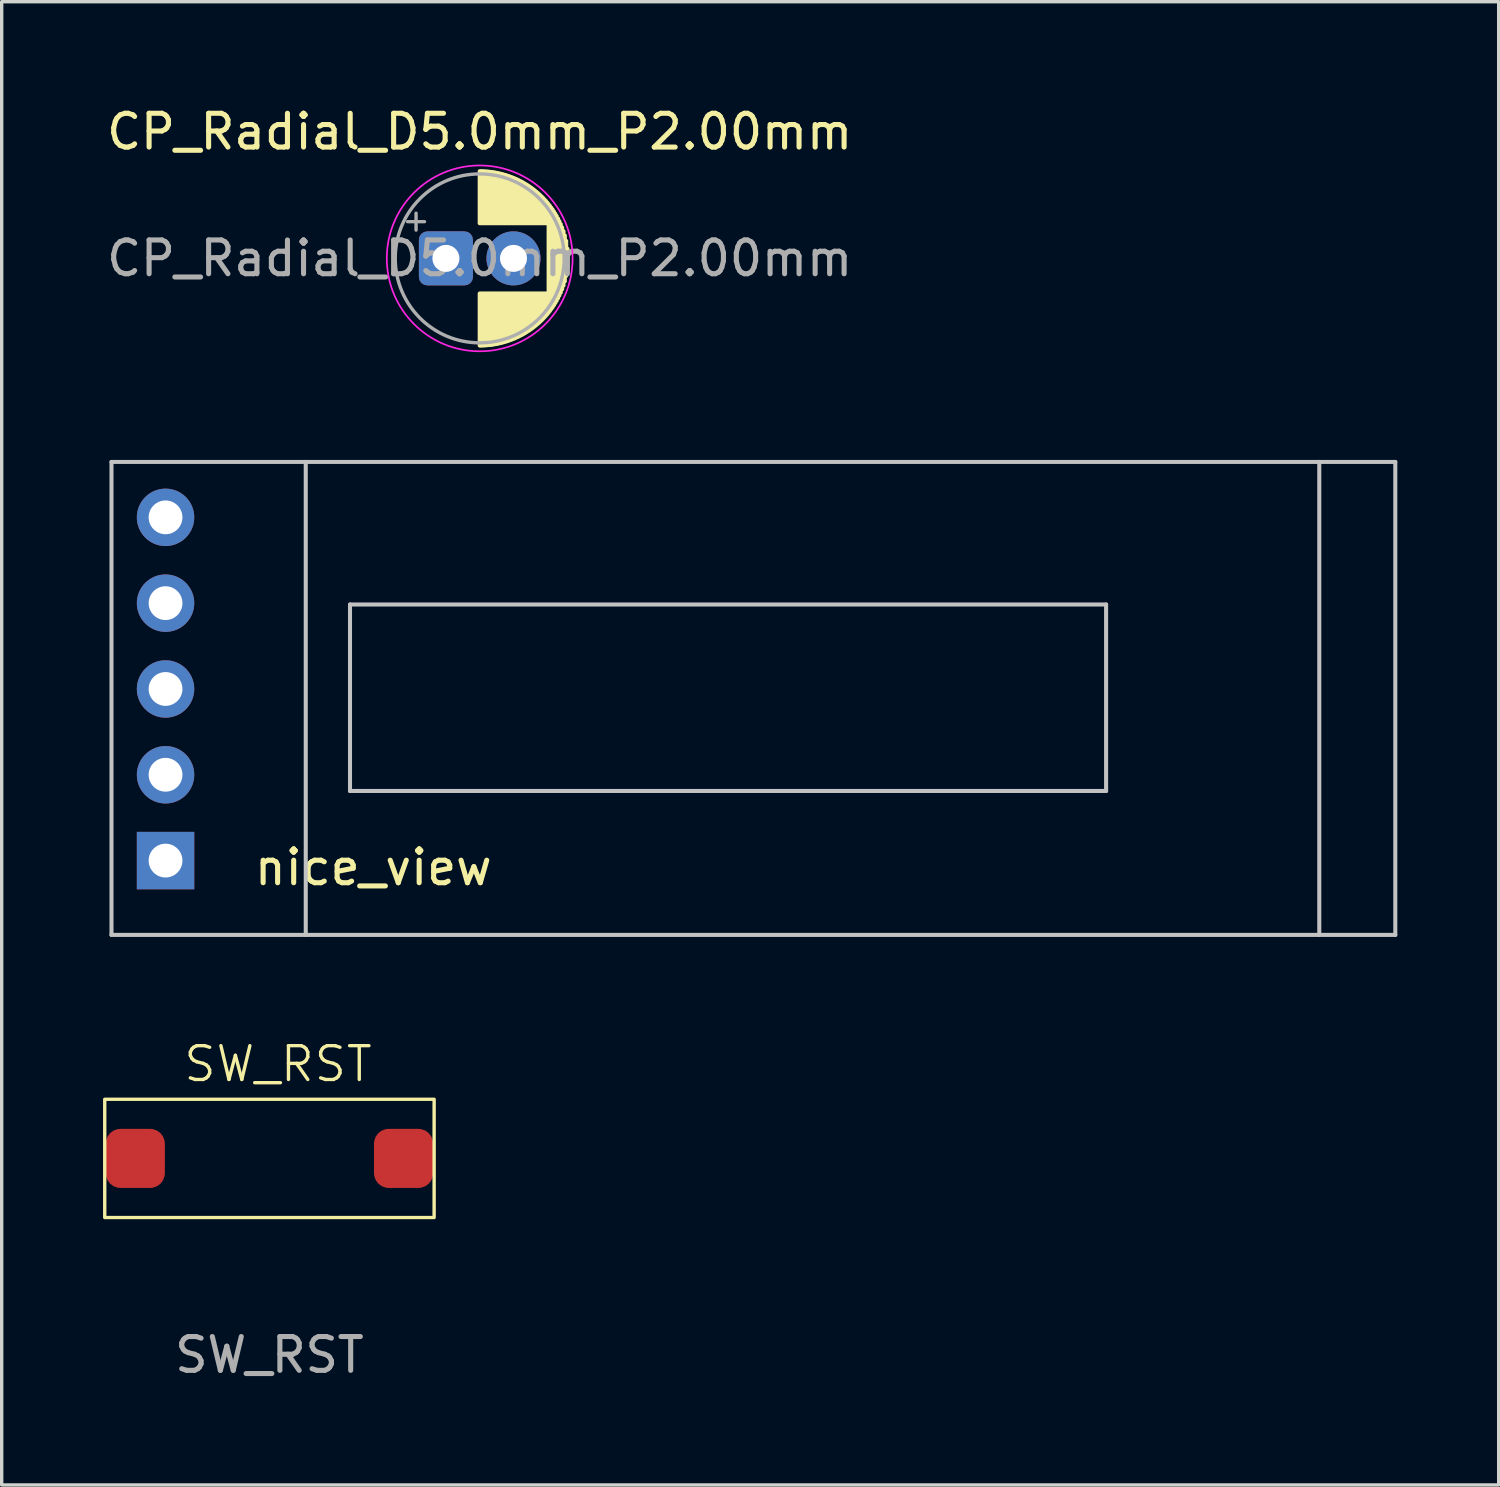
<source format=kicad_pcb>
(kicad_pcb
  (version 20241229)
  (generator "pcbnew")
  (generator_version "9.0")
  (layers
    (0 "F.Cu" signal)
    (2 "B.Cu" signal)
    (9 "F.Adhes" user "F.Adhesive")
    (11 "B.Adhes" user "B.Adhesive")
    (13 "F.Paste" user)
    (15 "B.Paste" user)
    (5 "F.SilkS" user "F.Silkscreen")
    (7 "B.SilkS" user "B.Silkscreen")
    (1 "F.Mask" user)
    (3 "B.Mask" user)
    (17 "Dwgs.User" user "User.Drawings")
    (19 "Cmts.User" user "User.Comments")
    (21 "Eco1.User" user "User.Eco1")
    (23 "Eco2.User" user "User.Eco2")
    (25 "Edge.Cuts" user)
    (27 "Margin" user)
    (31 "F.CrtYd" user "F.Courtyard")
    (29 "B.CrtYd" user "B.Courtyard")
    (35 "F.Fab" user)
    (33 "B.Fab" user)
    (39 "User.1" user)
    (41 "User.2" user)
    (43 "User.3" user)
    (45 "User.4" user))
  (footprint "SW_RST"
    (layer "F.Cu")
    (at 4.925 31.238)
    (property "Reference" "SW_RST" (at 0.254 -2.794 0) (unlocked yes) (layer "F.SilkS") (effects (font (size 1 1) (thickness 0.1))))
    (attr smd)
    (fp_rect (start -4.875 -1.75) (end 4.875 1.75) (stroke (width 0.1) (type default)) (fill no) (layer "F.SilkS"))
    (fp_text user "${REFERENCE}" (at 0 5.818 0) (unlocked yes) (layer "F.Fab") (effects (font (size 1 1) (thickness 0.15))))
    (pad "1" smd roundrect (at -3.97 0) (size 1.75 1.75) (layers "F.Cu" "F.Mask" "F.Paste") (roundrect_rratio 0.25))
    (pad "2" smd roundrect (at 3.97 0) (size 1.75 1.75) (layers "F.Cu" "F.Mask" "F.Paste") (roundrect_rratio 0.25)))
  (footprint "CP_Radial_D5.0mm_P2.00mm"
    (layer "F.Cu")
    (at 10.149 4.598)
    (property "Reference" "CP_Radial_D5.0mm_P2.00mm" (at 1 -3.75 0) (layer "F.SilkS") (effects (font (size 1 1) (thickness 0.15))))
    (attr through_hole)
    (fp_line (start 1 -2.58) (end 1 -1.04) (stroke (width 0.12) (type solid)) (layer "F.SilkS"))
    (fp_line (start 1 1.04) (end 1 2.58) (stroke (width 0.12) (type solid)) (layer "F.SilkS"))
    (fp_line (start 1.04 -2.58) (end 1.04 -1.04) (stroke (width 0.12) (type solid)) (layer "F.SilkS"))
    (fp_line (start 1.04 1.04) (end 1.04 2.58) (stroke (width 0.12) (type solid)) (layer "F.SilkS"))
    (fp_line (start 1.08 -2.579) (end 1.08 -1.04) (stroke (width 0.12) (type solid)) (layer "F.SilkS"))
    (fp_line (start 1.08 1.04) (end 1.08 2.579) (stroke (width 0.12) (type solid)) (layer "F.SilkS"))
    (fp_line (start 1.12 -2.577) (end 1.12 -1.04) (stroke (width 0.12) (type solid)) (layer "F.SilkS"))
    (fp_line (start 1.12 1.04) (end 1.12 2.577) (stroke (width 0.12) (type solid)) (layer "F.SilkS"))
    (fp_line (start 1.16 -2.575) (end 1.16 -1.04) (stroke (width 0.12) (type solid)) (layer "F.SilkS"))
    (fp_line (start 1.16 1.04) (end 1.16 2.575) (stroke (width 0.12) (type solid)) (layer "F.SilkS"))
    (fp_line (start 1.2 -2.572) (end 1.2 -1.04) (stroke (width 0.12) (type solid)) (layer "F.SilkS"))
    (fp_line (start 1.2 1.04) (end 1.2 2.572) (stroke (width 0.12) (type solid)) (layer "F.SilkS"))
    (fp_line (start 1.24 -2.569) (end 1.24 -1.04) (stroke (width 0.12) (type solid)) (layer "F.SilkS"))
    (fp_line (start 1.24 1.04) (end 1.24 2.569) (stroke (width 0.12) (type solid)) (layer "F.SilkS"))
    (fp_line (start 1.28 -2.565) (end 1.28 -1.04) (stroke (width 0.12) (type solid)) (layer "F.SilkS"))
    (fp_line (start 1.28 1.04) (end 1.28 2.565) (stroke (width 0.12) (type solid)) (layer "F.SilkS"))
    (fp_line (start 1.32 -2.56) (end 1.32 -1.04) (stroke (width 0.12) (type solid)) (layer "F.SilkS"))
    (fp_line (start 1.32 1.04) (end 1.32 2.56) (stroke (width 0.12) (type solid)) (layer "F.SilkS"))
    (fp_line (start 1.36 -2.555) (end 1.36 -1.04) (stroke (width 0.12) (type solid)) (layer "F.SilkS"))
    (fp_line (start 1.36 1.04) (end 1.36 2.555) (stroke (width 0.12) (type solid)) (layer "F.SilkS"))
    (fp_line (start 1.4 -2.549) (end 1.4 -1.04) (stroke (width 0.12) (type solid)) (layer "F.SilkS"))
    (fp_line (start 1.4 1.04) (end 1.4 2.549) (stroke (width 0.12) (type solid)) (layer "F.SilkS"))
    (fp_line (start 1.44 -2.543) (end 1.44 -1.04) (stroke (width 0.12) (type solid)) (layer "F.SilkS"))
    (fp_line (start 1.44 1.04) (end 1.44 2.543) (stroke (width 0.12) (type solid)) (layer "F.SilkS"))
    (fp_line (start 1.48 -2.536) (end 1.48 -1.04) (stroke (width 0.12) (type solid)) (layer "F.SilkS"))
    (fp_line (start 1.48 1.04) (end 1.48 2.536) (stroke (width 0.12) (type solid)) (layer "F.SilkS"))
    (fp_line (start 1.52 -2.528) (end 1.52 -1.04) (stroke (width 0.12) (type solid)) (layer "F.SilkS"))
    (fp_line (start 1.52 1.04) (end 1.52 2.528) (stroke (width 0.12) (type solid)) (layer "F.SilkS"))
    (fp_line (start 1.56 -2.519) (end 1.56 -1.04) (stroke (width 0.12) (type solid)) (layer "F.SilkS"))
    (fp_line (start 1.56 1.04) (end 1.56 2.519) (stroke (width 0.12) (type solid)) (layer "F.SilkS"))
    (fp_line (start 1.6 -2.51) (end 1.6 -1.04) (stroke (width 0.12) (type solid)) (layer "F.SilkS"))
    (fp_line (start 1.6 1.04) (end 1.6 2.51) (stroke (width 0.12) (type solid)) (layer "F.SilkS"))
    (fp_line (start 1.64 -2.501) (end 1.64 -1.04) (stroke (width 0.12) (type solid)) (layer "F.SilkS"))
    (fp_line (start 1.64 1.04) (end 1.64 2.501) (stroke (width 0.12) (type solid)) (layer "F.SilkS"))
    (fp_line (start 1.68 -2.49) (end 1.68 -1.04) (stroke (width 0.12) (type solid)) (layer "F.SilkS"))
    (fp_line (start 1.68 1.04) (end 1.68 2.49) (stroke (width 0.12) (type solid)) (layer "F.SilkS"))
    (fp_line (start 1.72 -2.479) (end 1.72 -1.04) (stroke (width 0.12) (type solid)) (layer "F.SilkS"))
    (fp_line (start 1.72 1.04) (end 1.72 2.479) (stroke (width 0.12) (type solid)) (layer "F.SilkS"))
    (fp_line (start 1.76 -2.467) (end 1.76 -1.04) (stroke (width 0.12) (type solid)) (layer "F.SilkS"))
    (fp_line (start 1.76 1.04) (end 1.76 2.467) (stroke (width 0.12) (type solid)) (layer "F.SilkS"))
    (fp_line (start 1.8 -2.455) (end 1.8 -1.04) (stroke (width 0.12) (type solid)) (layer "F.SilkS"))
    (fp_line (start 1.8 1.04) (end 1.8 2.455) (stroke (width 0.12) (type solid)) (layer "F.SilkS"))
    (fp_line (start 1.84 -2.442) (end 1.84 -1.04) (stroke (width 0.12) (type solid)) (layer "F.SilkS"))
    (fp_line (start 1.84 1.04) (end 1.84 2.442) (stroke (width 0.12) (type solid)) (layer "F.SilkS"))
    (fp_line (start 1.88 -2.428) (end 1.88 -1.04) (stroke (width 0.12) (type solid)) (layer "F.SilkS"))
    (fp_line (start 1.88 1.04) (end 1.88 2.428) (stroke (width 0.12) (type solid)) (layer "F.SilkS"))
    (fp_line (start 1.92 -2.413) (end 1.92 -1.04) (stroke (width 0.12) (type solid)) (layer "F.SilkS"))
    (fp_line (start 1.92 1.04) (end 1.92 2.413) (stroke (width 0.12) (type solid)) (layer "F.SilkS"))
    (fp_line (start 1.96 -2.398) (end 1.96 -1.04) (stroke (width 0.12) (type solid)) (layer "F.SilkS"))
    (fp_line (start 1.96 1.04) (end 1.96 2.398) (stroke (width 0.12) (type solid)) (layer "F.SilkS"))
    (fp_line (start 2 -2.382) (end 2 -1.04) (stroke (width 0.12) (type solid)) (layer "F.SilkS"))
    (fp_line (start 2 1.04) (end 2 2.382) (stroke (width 0.12) (type solid)) (layer "F.SilkS"))
    (fp_line (start 2.04 -2.365) (end 2.04 -1.04) (stroke (width 0.12) (type solid)) (layer "F.SilkS"))
    (fp_line (start 2.04 1.04) (end 2.04 2.365) (stroke (width 0.12) (type solid)) (layer "F.SilkS"))
    (fp_line (start 2.08 -2.347) (end 2.08 -1.04) (stroke (width 0.12) (type solid)) (layer "F.SilkS"))
    (fp_line (start 2.08 1.04) (end 2.08 2.347) (stroke (width 0.12) (type solid)) (layer "F.SilkS"))
    (fp_line (start 2.12 -2.329) (end 2.12 -1.04) (stroke (width 0.12) (type solid)) (layer "F.SilkS"))
    (fp_line (start 2.12 1.04) (end 2.12 2.329) (stroke (width 0.12) (type solid)) (layer "F.SilkS"))
    (fp_line (start 2.16 -2.309) (end 2.16 -1.04) (stroke (width 0.12) (type solid)) (layer "F.SilkS"))
    (fp_line (start 2.16 1.04) (end 2.16 2.309) (stroke (width 0.12) (type solid)) (layer "F.SilkS"))
    (fp_line (start 2.2 -2.289) (end 2.2 -1.04) (stroke (width 0.12) (type solid)) (layer "F.SilkS"))
    (fp_line (start 2.2 1.04) (end 2.2 2.289) (stroke (width 0.12) (type solid)) (layer "F.SilkS"))
    (fp_line (start 2.24 -2.268) (end 2.24 -1.04) (stroke (width 0.12) (type solid)) (layer "F.SilkS"))
    (fp_line (start 2.24 1.04) (end 2.24 2.268) (stroke (width 0.12) (type solid)) (layer "F.SilkS"))
    (fp_line (start 2.28 -2.246) (end 2.28 -1.04) (stroke (width 0.12) (type solid)) (layer "F.SilkS"))
    (fp_line (start 2.28 1.04) (end 2.28 2.246) (stroke (width 0.12) (type solid)) (layer "F.SilkS"))
    (fp_line (start 2.32 -2.223) (end 2.32 -1.04) (stroke (width 0.12) (type solid)) (layer "F.SilkS"))
    (fp_line (start 2.32 1.04) (end 2.32 2.223) (stroke (width 0.12) (type solid)) (layer "F.SilkS"))
    (fp_line (start 2.36 -2.199) (end 2.36 -1.04) (stroke (width 0.12) (type solid)) (layer "F.SilkS"))
    (fp_line (start 2.36 1.04) (end 2.36 2.199) (stroke (width 0.12) (type solid)) (layer "F.SilkS"))
    (fp_line (start 2.4 -2.175) (end 2.4 -1.04) (stroke (width 0.12) (type solid)) (layer "F.SilkS"))
    (fp_line (start 2.4 1.04) (end 2.4 2.175) (stroke (width 0.12) (type solid)) (layer "F.SilkS"))
    (fp_line (start 2.44 -2.149) (end 2.44 -1.04) (stroke (width 0.12) (type solid)) (layer "F.SilkS"))
    (fp_line (start 2.44 1.04) (end 2.44 2.149) (stroke (width 0.12) (type solid)) (layer "F.SilkS"))
    (fp_line (start 2.48 -2.122) (end 2.48 -1.04) (stroke (width 0.12) (type solid)) (layer "F.SilkS"))
    (fp_line (start 2.48 1.04) (end 2.48 2.122) (stroke (width 0.12) (type solid)) (layer "F.SilkS"))
    (fp_line (start 2.52 -2.094) (end 2.52 -1.04) (stroke (width 0.12) (type solid)) (layer "F.SilkS"))
    (fp_line (start 2.52 1.04) (end 2.52 2.094) (stroke (width 0.12) (type solid)) (layer "F.SilkS"))
    (fp_line (start 2.56 -2.065) (end 2.56 -1.04) (stroke (width 0.12) (type solid)) (layer "F.SilkS"))
    (fp_line (start 2.56 1.04) (end 2.56 2.065) (stroke (width 0.12) (type solid)) (layer "F.SilkS"))
    (fp_line (start 2.6 -2.035) (end 2.6 -1.04) (stroke (width 0.12) (type solid)) (layer "F.SilkS"))
    (fp_line (start 2.6 1.04) (end 2.6 2.035) (stroke (width 0.12) (type solid)) (layer "F.SilkS"))
    (fp_line (start 2.64 -2.003) (end 2.64 -1.04) (stroke (width 0.12) (type solid)) (layer "F.SilkS"))
    (fp_line (start 2.64 1.04) (end 2.64 2.003) (stroke (width 0.12) (type solid)) (layer "F.SilkS"))
    (fp_line (start 2.68 -1.97) (end 2.68 -1.04) (stroke (width 0.12) (type solid)) (layer "F.SilkS"))
    (fp_line (start 2.68 1.04) (end 2.68 1.97) (stroke (width 0.12) (type solid)) (layer "F.SilkS"))
    (fp_line (start 2.72 -1.936) (end 2.72 -1.04) (stroke (width 0.12) (type solid)) (layer "F.SilkS"))
    (fp_line (start 2.72 1.04) (end 2.72 1.936) (stroke (width 0.12) (type solid)) (layer "F.SilkS"))
    (fp_line (start 2.76 -1.901) (end 2.76 -1.04) (stroke (width 0.12) (type solid)) (layer "F.SilkS"))
    (fp_line (start 2.76 1.04) (end 2.76 1.901) (stroke (width 0.12) (type solid)) (layer "F.SilkS"))
    (fp_line (start 2.8 -1.864) (end 2.8 -1.04) (stroke (width 0.12) (type solid)) (layer "F.SilkS"))
    (fp_line (start 2.8 1.04) (end 2.8 1.864) (stroke (width 0.12) (type solid)) (layer "F.SilkS"))
    (fp_line (start 2.84 -1.825) (end 2.84 -1.04) (stroke (width 0.12) (type solid)) (layer "F.SilkS"))
    (fp_line (start 2.84 1.04) (end 2.84 1.825) (stroke (width 0.12) (type solid)) (layer "F.SilkS"))
    (fp_line (start 2.88 -1.785) (end 2.88 -1.04) (stroke (width 0.12) (type solid)) (layer "F.SilkS"))
    (fp_line (start 2.88 1.04) (end 2.88 1.785) (stroke (width 0.12) (type solid)) (layer "F.SilkS"))
    (fp_line (start 2.92 -1.743) (end 2.92 -1.04) (stroke (width 0.12) (type solid)) (layer "F.SilkS"))
    (fp_line (start 2.92 1.04) (end 2.92 1.743) (stroke (width 0.12) (type solid)) (layer "F.SilkS"))
    (fp_line (start 2.96 -1.699) (end 2.96 -1.04) (stroke (width 0.12) (type solid)) (layer "F.SilkS"))
    (fp_line (start 2.96 1.04) (end 2.96 1.699) (stroke (width 0.12) (type solid)) (layer "F.SilkS"))
    (fp_line (start 3 -1.652) (end 3 -1.04) (stroke (width 0.12) (type solid)) (layer "F.SilkS"))
    (fp_line (start 3 1.04) (end 3 1.652) (stroke (width 0.12) (type solid)) (layer "F.SilkS"))
    (fp_line (start 3.04 -1.604) (end 3.04 1.604) (stroke (width 0.12) (type solid)) (layer "F.SilkS"))
    (fp_line (start 3.08 -1.553) (end 3.08 1.553) (stroke (width 0.12) (type solid)) (layer "F.SilkS"))
    (fp_line (start 3.12 -1.499) (end 3.12 1.499) (stroke (width 0.12) (type solid)) (layer "F.SilkS"))
    (fp_line (start 3.16 -1.443) (end 3.16 1.443) (stroke (width 0.12) (type solid)) (layer "F.SilkS"))
    (fp_line (start 3.2 -1.383) (end 3.2 1.383) (stroke (width 0.12) (type solid)) (layer "F.SilkS"))
    (fp_line (start 3.24 -1.319) (end 3.24 1.319) (stroke (width 0.12) (type solid)) (layer "F.SilkS"))
    (fp_line (start 3.28 -1.251) (end 3.28 1.251) (stroke (width 0.12) (type solid)) (layer "F.SilkS"))
    (fp_line (start 3.32 -1.177) (end 3.32 1.177) (stroke (width 0.12) (type solid)) (layer "F.SilkS"))
    (fp_line (start 3.36 -1.098) (end 3.36 1.098) (stroke (width 0.12) (type solid)) (layer "F.SilkS"))
    (fp_line (start 3.4 -1.011) (end 3.4 1.011) (stroke (width 0.12) (type solid)) (layer "F.SilkS"))
    (fp_line (start 3.44 -0.914) (end 3.44 0.914) (stroke (width 0.12) (type solid)) (layer "F.SilkS"))
    (fp_line (start 3.48 -0.805) (end 3.48 0.805) (stroke (width 0.12) (type solid)) (layer "F.SilkS"))
    (fp_line (start 3.52 -0.677) (end 3.52 0.677) (stroke (width 0.12) (type solid)) (layer "F.SilkS"))
    (fp_line (start 3.56 -0.517) (end 3.56 0.517) (stroke (width 0.12) (type solid)) (layer "F.SilkS"))
    (fp_line (start 3.6 -0.283) (end 3.6 0.283) (stroke (width 0.12) (type solid)) (layer "F.SilkS"))
    (fp_circle (center 1 0) (end 3.75 0) (stroke (width 0.05) (type solid)) (fill no) (layer "F.CrtYd"))
    (fp_line (start -1.134 -1.087) (end -0.634 -1.087) (stroke (width 0.1) (type solid)) (layer "F.Fab"))
    (fp_line (start -0.884 -1.337) (end -0.884 -0.838) (stroke (width 0.1) (type solid)) (layer "F.Fab"))
    (fp_circle (center 1 0) (end 3.5 0) (stroke (width 0.1) (type solid)) (fill no) (layer "F.Fab"))
    (fp_text user "${REFERENCE}" (at 1 0 0) (layer "F.Fab") (effects (font (size 1 1) (thickness 0.15))))
    (pad "1" thru_hole roundrect (at 0 0) (size 1.6 1.6) (drill 0.8) (layers "*.Cu" "*.Mask") (roundrect_rratio 0.156))
    (pad "2" thru_hole circle (at 2 0) (size 1.6 1.6) (drill 0.8) (layers "*.Cu" "*.Mask")))
  (footprint "nice_view"
    (layer "F.Cu")
    (at 0.25 10.623)
    (property "Reference" "nice_view" (at 7.75 12 0) (layer "F.SilkS") (effects (font (size 1 1) (thickness 0.15))))
    (attr through_hole exclude_from_pos_files)
    (fp_line (start 0 0) (end 0 14) (stroke (width 0.12) (type solid)) (layer "Dwgs.User"))
    (fp_line (start 0 0) (end 38 0) (stroke (width 0.12) (type solid)) (layer "Dwgs.User"))
    (fp_line (start 5.75 0) (end 5.75 14) (stroke (width 0.12) (type solid)) (layer "Dwgs.User"))
    (fp_line (start 7.06 4.22) (end 7.06 9.74) (stroke (width 0.12) (type solid)) (layer "Dwgs.User"))
    (fp_line (start 7.06 4.22) (end 29.44 4.22) (stroke (width 0.12) (type solid)) (layer "Dwgs.User"))
    (fp_line (start 7.06 9.74) (end 29.44 9.74) (stroke (width 0.12) (type solid)) (layer "Dwgs.User"))
    (fp_line (start 29.44 9.74) (end 29.44 4.22) (stroke (width 0.12) (type solid)) (layer "Dwgs.User"))
    (fp_line (start 35.75 0) (end 35.75 14) (stroke (width 0.12) (type solid)) (layer "Dwgs.User"))
    (fp_line (start 38 0) (end 38 14) (stroke (width 0.12) (type solid)) (layer "Dwgs.User"))
    (fp_line (start 38 14) (end 0 14) (stroke (width 0.12) (type solid)) (layer "Dwgs.User"))
    (pad "1" thru_hole rect (at 1.6 11.8 180) (size 1.7 1.7) (drill 1) (layers "*.Cu" "*.Mask"))
    (pad "2" thru_hole oval (at 1.6 9.26 180) (size 1.7 1.7) (drill 1) (layers "*.Cu" "*.Mask"))
    (pad "3" thru_hole oval (at 1.6 6.72 180) (size 1.7 1.7) (drill 1) (layers "*.Cu" "*.Mask"))
    (pad "4" thru_hole oval (at 1.6 4.18 180) (size 1.7 1.7) (drill 1) (layers "*.Cu" "*.Mask"))
    (pad "5" thru_hole oval (at 1.6 1.64 180) (size 1.7 1.7) (drill 1) (layers "*.Cu" "*.Mask")))
  (gr_rect
    (start -3 -3)
    (end 41.31 40.904)
    (stroke (width 0.1) (type default))
    (fill no)
    (layer "Edge.Cuts")))
</source>
